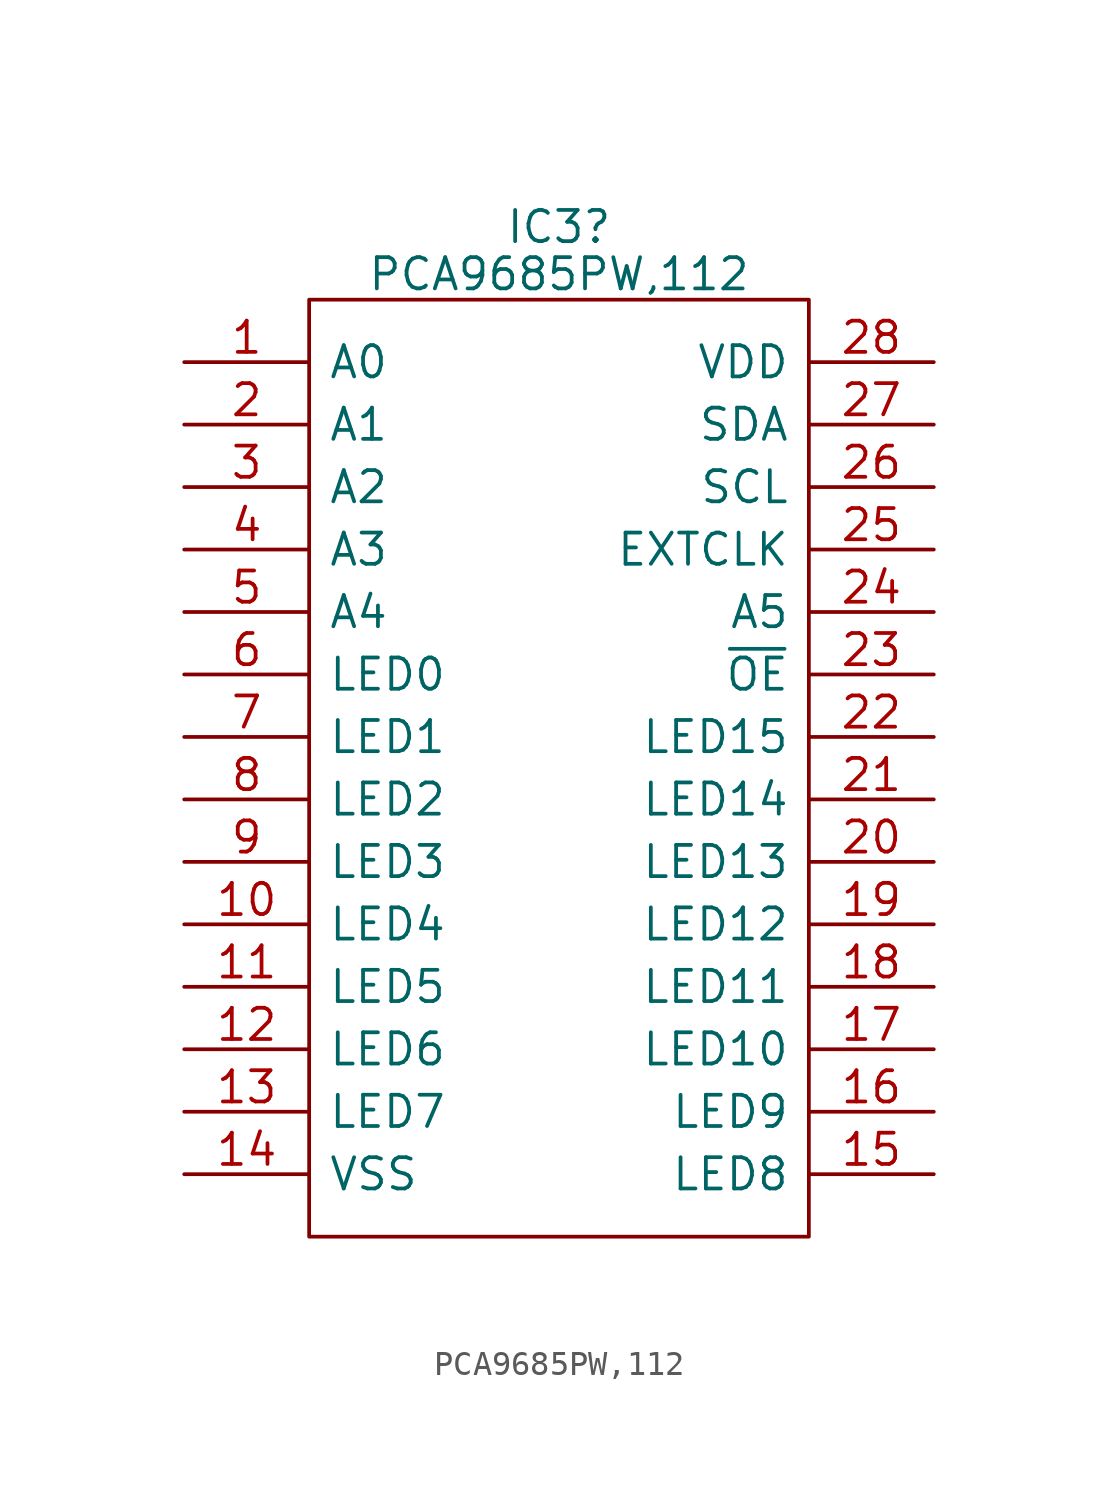
<source format=kicad_sym>
(kicad_symbol_lib
  (version 20220914)
  (generator kicad_symbol_editor)
  (symbol "PCA9685PW,112"
    (pin_names
      (offset 0.762))
    (property "Reference" "IC3"
      (at 15.24 5.499 0)
      (effects (font (size 1.27 1.27))))
    (property "Value" "PCA9685PW,112"
      (at 15.24 3.578 0)
      (effects (font (size 1.27 1.27))))
    (symbol "PCA9685PW,112_0_0"
      (pin passive line (at 0 0 0) (length 5.08) (name "A0" (effects (font (size 1.27 1.27)))) (number "1" (effects (font (size 1.27 1.27)))))
      (pin passive line (at 0 -22.86 0) (length 5.08) (name "LED4" (effects (font (size 1.27 1.27)))) (number "10" (effects (font (size 1.27 1.27)))))
      (pin passive line (at 0 -25.4 0) (length 5.08) (name "LED5" (effects (font (size 1.27 1.27)))) (number "11" (effects (font (size 1.27 1.27)))))
      (pin passive line (at 0 -27.94 0) (length 5.08) (name "LED6" (effects (font (size 1.27 1.27)))) (number "12" (effects (font (size 1.27 1.27)))))
      (pin passive line (at 0 -30.48 0) (length 5.08) (name "LED7" (effects (font (size 1.27 1.27)))) (number "13" (effects (font (size 1.27 1.27)))))
      (pin passive line (at 0 -33.02 0) (length 5.08) (name "VSS" (effects (font (size 1.27 1.27)))) (number "14" (effects (font (size 1.27 1.27)))))
      (pin passive line (at 30.48 -33.02 180) (length 5.08) (name "LED8" (effects (font (size 1.27 1.27)))) (number "15" (effects (font (size 1.27 1.27)))))
      (pin passive line (at 30.48 -30.48 180) (length 5.08) (name "LED9" (effects (font (size 1.27 1.27)))) (number "16" (effects (font (size 1.27 1.27)))))
      (pin passive line (at 30.48 -27.94 180) (length 5.08) (name "LED10" (effects (font (size 1.27 1.27)))) (number "17" (effects (font (size 1.27 1.27)))))
      (pin passive line (at 30.48 -25.4 180) (length 5.08) (name "LED11" (effects (font (size 1.27 1.27)))) (number "18" (effects (font (size 1.27 1.27)))))
      (pin passive line (at 30.48 -22.86 180) (length 5.08) (name "LED12" (effects (font (size 1.27 1.27)))) (number "19" (effects (font (size 1.27 1.27)))))
      (pin passive line (at 0 -2.54 0) (length 5.08) (name "A1" (effects (font (size 1.27 1.27)))) (number "2" (effects (font (size 1.27 1.27)))))
      (pin passive line (at 30.48 -20.32 180) (length 5.08) (name "LED13" (effects (font (size 1.27 1.27)))) (number "20" (effects (font (size 1.27 1.27)))))
      (pin passive line (at 30.48 -17.78 180) (length 5.08) (name "LED14" (effects (font (size 1.27 1.27)))) (number "21" (effects (font (size 1.27 1.27)))))
      (pin passive line (at 30.48 -15.24 180) (length 5.08) (name "LED15" (effects (font (size 1.27 1.27)))) (number "22" (effects (font (size 1.27 1.27)))))
      (pin passive line (at 30.48 -12.7 180) (length 5.08) (name "~{OE}" (effects (font (size 1.27 1.27)))) (number "23" (effects (font (size 1.27 1.27)))))
      (pin passive line (at 30.48 -10.16 180) (length 5.08) (name "A5" (effects (font (size 1.27 1.27)))) (number "24" (effects (font (size 1.27 1.27)))))
      (pin passive line (at 30.48 -7.62 180) (length 5.08) (name "EXTCLK" (effects (font (size 1.27 1.27)))) (number "25" (effects (font (size 1.27 1.27)))))
      (pin passive line (at 30.48 -5.08 180) (length 5.08) (name "SCL" (effects (font (size 1.27 1.27)))) (number "26" (effects (font (size 1.27 1.27)))))
      (pin passive line (at 30.48 -2.54 180) (length 5.08) (name "SDA" (effects (font (size 1.27 1.27)))) (number "27" (effects (font (size 1.27 1.27)))))
      (pin passive line (at 30.48 0 180) (length 5.08) (name "VDD" (effects (font (size 1.27 1.27)))) (number "28" (effects (font (size 1.27 1.27)))))
      (pin passive line (at 0 -5.08 0) (length 5.08) (name "A2" (effects (font (size 1.27 1.27)))) (number "3" (effects (font (size 1.27 1.27)))))
      (pin passive line (at 0 -7.62 0) (length 5.08) (name "A3" (effects (font (size 1.27 1.27)))) (number "4" (effects (font (size 1.27 1.27)))))
      (pin passive line (at 0 -10.16 0) (length 5.08) (name "A4" (effects (font (size 1.27 1.27)))) (number "5" (effects (font (size 1.27 1.27)))))
      (pin passive line (at 0 -12.7 0) (length 5.08) (name "LED0" (effects (font (size 1.27 1.27)))) (number "6" (effects (font (size 1.27 1.27)))))
      (pin passive line (at 0 -15.24 0) (length 5.08) (name "LED1" (effects (font (size 1.27 1.27)))) (number "7" (effects (font (size 1.27 1.27)))))
      (pin passive line (at 0 -17.78 0) (length 5.08) (name "LED2" (effects (font (size 1.27 1.27)))) (number "8" (effects (font (size 1.27 1.27)))))
      (pin passive line (at 0 -20.32 0) (length 5.08) (name "LED3" (effects (font (size 1.27 1.27)))) (number "9" (effects (font (size 1.27 1.27))))))
    (symbol "PCA9685PW,112_0_1"
      (polyline (pts (xy 5.08 2.54) (xy 25.4 2.54) (xy 25.4 -35.56) (xy 5.08 -35.56) (xy 5.08 2.54)) (stroke (width 0.152) (type solid)) (fill (type none))))))
</source>
